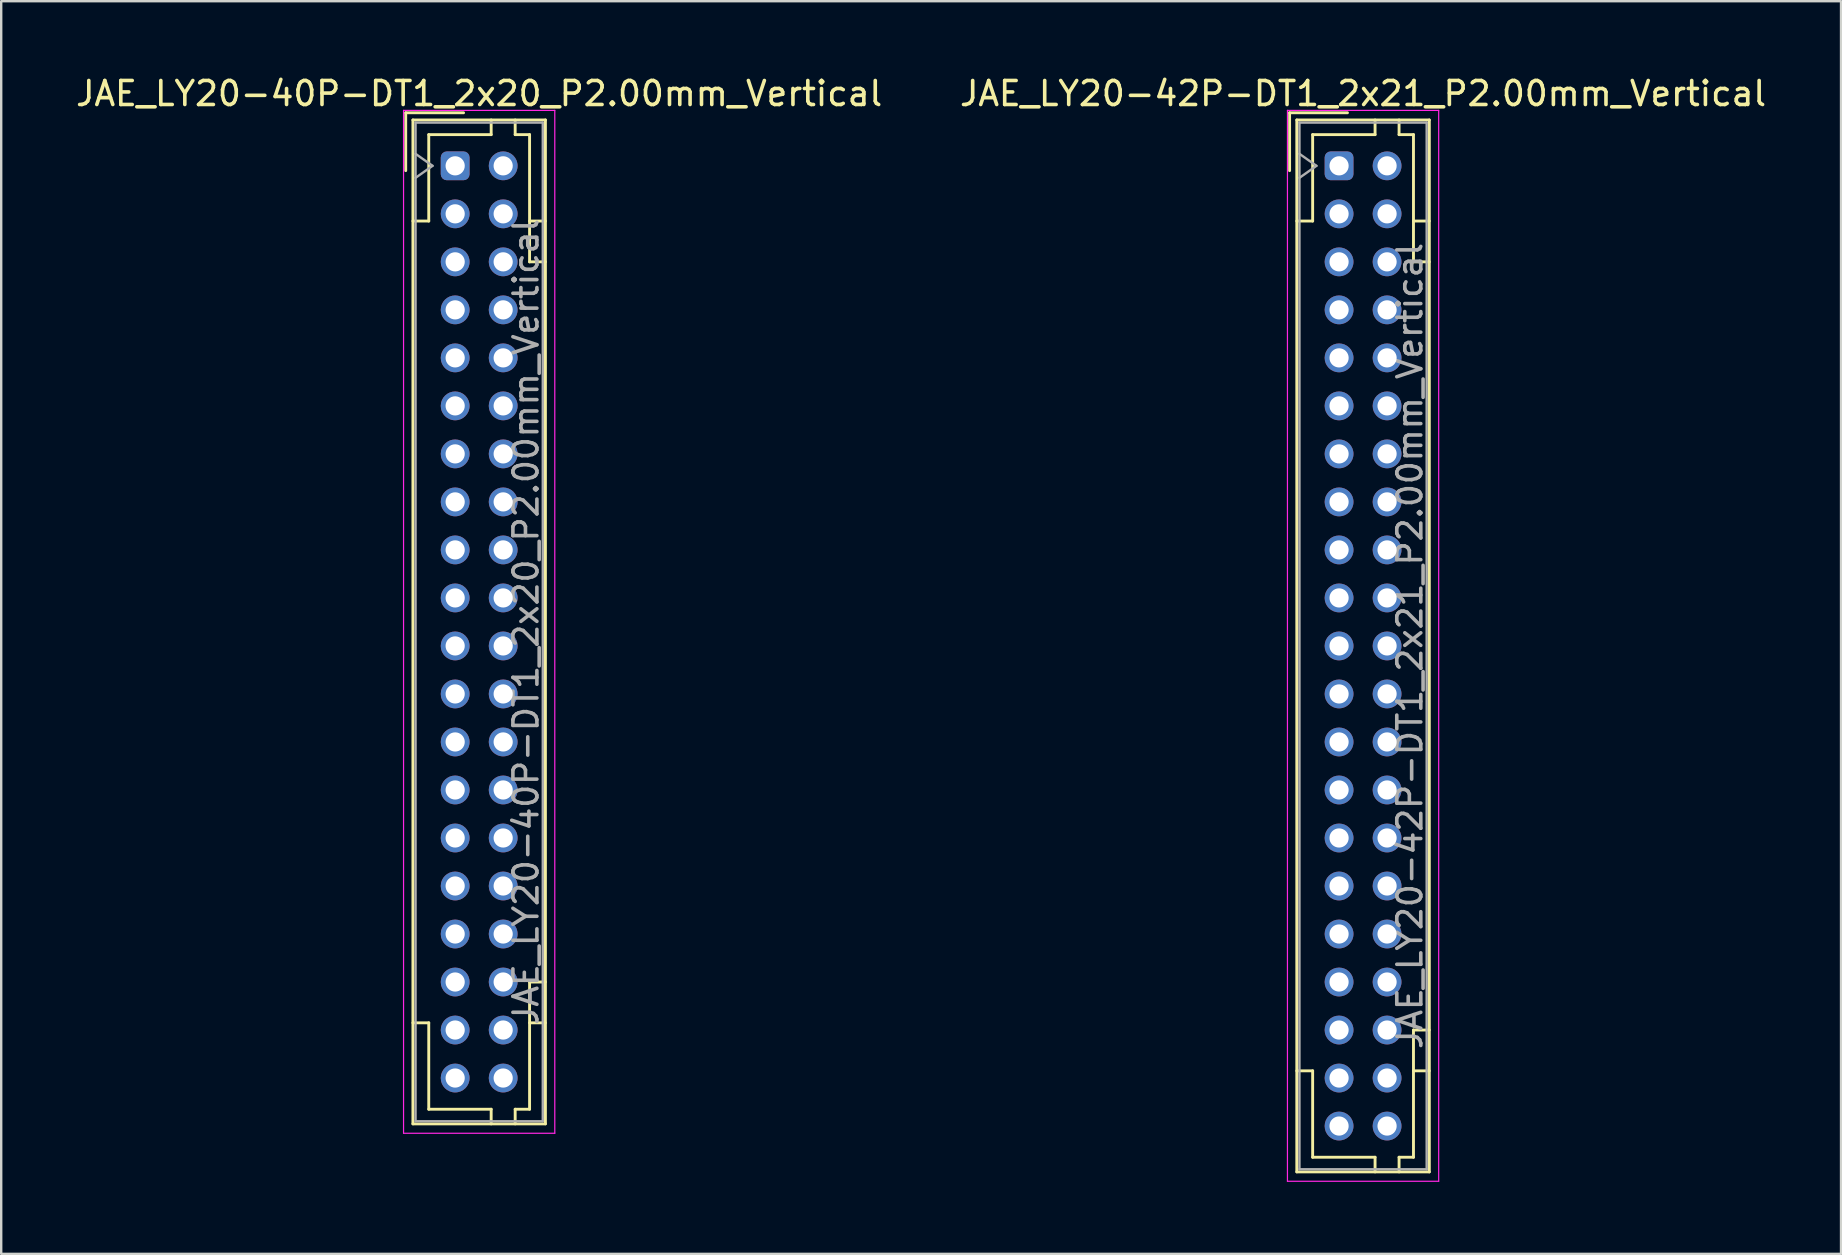
<source format=kicad_pcb>
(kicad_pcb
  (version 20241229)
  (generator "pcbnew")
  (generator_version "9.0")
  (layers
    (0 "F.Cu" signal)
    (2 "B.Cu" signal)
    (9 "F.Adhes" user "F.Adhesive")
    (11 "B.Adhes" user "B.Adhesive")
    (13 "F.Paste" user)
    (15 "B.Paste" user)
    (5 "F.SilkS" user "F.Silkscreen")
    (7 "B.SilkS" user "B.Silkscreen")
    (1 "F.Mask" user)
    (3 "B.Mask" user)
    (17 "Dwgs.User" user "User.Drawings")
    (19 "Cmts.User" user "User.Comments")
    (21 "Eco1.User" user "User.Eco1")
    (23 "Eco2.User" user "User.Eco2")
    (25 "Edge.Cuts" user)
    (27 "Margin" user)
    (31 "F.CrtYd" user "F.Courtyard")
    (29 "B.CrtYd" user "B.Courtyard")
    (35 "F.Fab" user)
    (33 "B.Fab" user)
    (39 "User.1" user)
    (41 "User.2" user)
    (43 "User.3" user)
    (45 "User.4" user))
  (footprint "JAE_LY20-42P-DT1_2x21_P2.00mm_Vertical"
    (layer "F.Cu")
    (at 52.732 3.858)
    (property "Reference" "JAE_LY20-42P-DT1_2x21_P2.00mm_Vertical" (at 1 -3.01 0) (layer "F.SilkS") (effects (font (size 1 1) (thickness 0.15))))
    (attr through_hole)
    (fp_line (start -2.06 -2.21) (end -2.06 0.2) (stroke (width 0.12) (type solid)) (layer "F.SilkS"))
    (fp_line (start -1.76 -1.91) (end -1.76 41.91) (stroke (width 0.12) (type solid)) (layer "F.SilkS"))
    (fp_line (start -1.76 41.91) (end 3.76 41.91) (stroke (width 0.12) (type solid)) (layer "F.SilkS"))
    (fp_line (start -1.1 -1.3) (end -1.1 2.3) (stroke (width 0.12) (type solid)) (layer "F.SilkS"))
    (fp_line (start -1.1 2.3) (end -1.76 2.3) (stroke (width 0.12) (type solid)) (layer "F.SilkS"))
    (fp_line (start -1.1 37.7) (end -1.76 37.7) (stroke (width 0.12) (type solid)) (layer "F.SilkS"))
    (fp_line (start -1.1 41.3) (end -1.1 37.7) (stroke (width 0.12) (type solid)) (layer "F.SilkS"))
    (fp_line (start 0.35 -2.21) (end -2.06 -2.21) (stroke (width 0.12) (type solid)) (layer "F.SilkS"))
    (fp_line (start 1.5 -1.91) (end 1.5 -1.3) (stroke (width 0.12) (type solid)) (layer "F.SilkS"))
    (fp_line (start 1.5 -1.3) (end -1.1 -1.3) (stroke (width 0.12) (type solid)) (layer "F.SilkS"))
    (fp_line (start 1.5 41.3) (end -1.1 41.3) (stroke (width 0.12) (type solid)) (layer "F.SilkS"))
    (fp_line (start 1.5 41.91) (end 1.5 41.3) (stroke (width 0.12) (type solid)) (layer "F.SilkS"))
    (fp_line (start 2.5 -1.91) (end 2.5 -1.3) (stroke (width 0.12) (type solid)) (layer "F.SilkS"))
    (fp_line (start 2.5 -1.3) (end 3.1 -1.3) (stroke (width 0.12) (type solid)) (layer "F.SilkS"))
    (fp_line (start 2.5 41.3) (end 3.1 41.3) (stroke (width 0.12) (type solid)) (layer "F.SilkS"))
    (fp_line (start 2.5 41.91) (end 2.5 41.3) (stroke (width 0.12) (type solid)) (layer "F.SilkS"))
    (fp_line (start 3.1 -1.3) (end 3.1 4) (stroke (width 0.12) (type solid)) (layer "F.SilkS"))
    (fp_line (start 3.1 4) (end 3.76 4) (stroke (width 0.12) (type solid)) (layer "F.SilkS"))
    (fp_line (start 3.1 36) (end 3.76 36) (stroke (width 0.12) (type solid)) (layer "F.SilkS"))
    (fp_line (start 3.1 41.3) (end 3.1 36) (stroke (width 0.12) (type solid)) (layer "F.SilkS"))
    (fp_line (start 3.76 -1.91) (end -1.76 -1.91) (stroke (width 0.12) (type solid)) (layer "F.SilkS"))
    (fp_line (start 3.76 2.3) (end 3.1 2.3) (stroke (width 0.12) (type solid)) (layer "F.SilkS"))
    (fp_line (start 3.76 37.7) (end 3.1 37.7) (stroke (width 0.12) (type solid)) (layer "F.SilkS"))
    (fp_line (start 3.76 41.91) (end 3.76 -1.91) (stroke (width 0.12) (type solid)) (layer "F.SilkS"))
    (fp_line (start -2.15 -2.31) (end -2.15 42.3) (stroke (width 0.05) (type solid)) (layer "F.CrtYd"))
    (fp_line (start -2.15 42.3) (end 4.15 42.3) (stroke (width 0.05) (type solid)) (layer "F.CrtYd"))
    (fp_line (start 4.15 -2.31) (end -2.15 -2.31) (stroke (width 0.05) (type solid)) (layer "F.CrtYd"))
    (fp_line (start 4.15 42.3) (end 4.15 -2.31) (stroke (width 0.05) (type solid)) (layer "F.CrtYd"))
    (fp_line (start -1.65 -1.8) (end -1.65 41.8) (stroke (width 0.1) (type solid)) (layer "F.Fab"))
    (fp_line (start -1.65 0.5) (end -0.943 0) (stroke (width 0.1) (type solid)) (layer "F.Fab"))
    (fp_line (start -1.65 41.8) (end 3.65 41.8) (stroke (width 0.1) (type solid)) (layer "F.Fab"))
    (fp_line (start -0.943 0) (end -1.65 -0.5) (stroke (width 0.1) (type solid)) (layer "F.Fab"))
    (fp_line (start 3.65 -1.8) (end -1.65 -1.8) (stroke (width 0.1) (type solid)) (layer "F.Fab"))
    (fp_line (start 3.65 41.8) (end 3.65 -1.8) (stroke (width 0.1) (type solid)) (layer "F.Fab"))
    (fp_text user "${REFERENCE}" (at 2.95 20 90) (layer "F.Fab") (effects (font (size 1 1) (thickness 0.15))))
    (pad "a1" thru_hole roundrect (at 0 0) (size 1.2 1.2) (drill 0.8) (layers "*.Cu" "*.Mask") (roundrect_rratio 0.208))
    (pad "a2" thru_hole circle (at 0 2) (size 1.2 1.2) (drill 0.8) (layers "*.Cu" "*.Mask"))
    (pad "a3" thru_hole circle (at 0 4) (size 1.2 1.2) (drill 0.8) (layers "*.Cu" "*.Mask"))
    (pad "a4" thru_hole circle (at 0 6) (size 1.2 1.2) (drill 0.8) (layers "*.Cu" "*.Mask"))
    (pad "a5" thru_hole circle (at 0 8) (size 1.2 1.2) (drill 0.8) (layers "*.Cu" "*.Mask"))
    (pad "a6" thru_hole circle (at 0 10) (size 1.2 1.2) (drill 0.8) (layers "*.Cu" "*.Mask"))
    (pad "a7" thru_hole circle (at 0 12) (size 1.2 1.2) (drill 0.8) (layers "*.Cu" "*.Mask"))
    (pad "a8" thru_hole circle (at 0 14) (size 1.2 1.2) (drill 0.8) (layers "*.Cu" "*.Mask"))
    (pad "a9" thru_hole circle (at 0 16) (size 1.2 1.2) (drill 0.8) (layers "*.Cu" "*.Mask"))
    (pad "a10" thru_hole circle (at 0 18) (size 1.2 1.2) (drill 0.8) (layers "*.Cu" "*.Mask"))
    (pad "a11" thru_hole circle (at 0 20) (size 1.2 1.2) (drill 0.8) (layers "*.Cu" "*.Mask"))
    (pad "a12" thru_hole circle (at 0 22) (size 1.2 1.2) (drill 0.8) (layers "*.Cu" "*.Mask"))
    (pad "a13" thru_hole circle (at 0 24) (size 1.2 1.2) (drill 0.8) (layers "*.Cu" "*.Mask"))
    (pad "a14" thru_hole circle (at 0 26) (size 1.2 1.2) (drill 0.8) (layers "*.Cu" "*.Mask"))
    (pad "a15" thru_hole circle (at 0 28) (size 1.2 1.2) (drill 0.8) (layers "*.Cu" "*.Mask"))
    (pad "a16" thru_hole circle (at 0 30) (size 1.2 1.2) (drill 0.8) (layers "*.Cu" "*.Mask"))
    (pad "a17" thru_hole circle (at 0 32) (size 1.2 1.2) (drill 0.8) (layers "*.Cu" "*.Mask"))
    (pad "a18" thru_hole circle (at 0 34) (size 1.2 1.2) (drill 0.8) (layers "*.Cu" "*.Mask"))
    (pad "a19" thru_hole circle (at 0 36) (size 1.2 1.2) (drill 0.8) (layers "*.Cu" "*.Mask"))
    (pad "a20" thru_hole circle (at 0 38) (size 1.2 1.2) (drill 0.8) (layers "*.Cu" "*.Mask"))
    (pad "a21" thru_hole circle (at 0 40) (size 1.2 1.2) (drill 0.8) (layers "*.Cu" "*.Mask"))
    (pad "b1" thru_hole circle (at 2 0) (size 1.2 1.2) (drill 0.8) (layers "*.Cu" "*.Mask"))
    (pad "b2" thru_hole circle (at 2 2) (size 1.2 1.2) (drill 0.8) (layers "*.Cu" "*.Mask"))
    (pad "b3" thru_hole circle (at 2 4) (size 1.2 1.2) (drill 0.8) (layers "*.Cu" "*.Mask"))
    (pad "b4" thru_hole circle (at 2 6) (size 1.2 1.2) (drill 0.8) (layers "*.Cu" "*.Mask"))
    (pad "b5" thru_hole circle (at 2 8) (size 1.2 1.2) (drill 0.8) (layers "*.Cu" "*.Mask"))
    (pad "b6" thru_hole circle (at 2 10) (size 1.2 1.2) (drill 0.8) (layers "*.Cu" "*.Mask"))
    (pad "b7" thru_hole circle (at 2 12) (size 1.2 1.2) (drill 0.8) (layers "*.Cu" "*.Mask"))
    (pad "b8" thru_hole circle (at 2 14) (size 1.2 1.2) (drill 0.8) (layers "*.Cu" "*.Mask"))
    (pad "b9" thru_hole circle (at 2 16) (size 1.2 1.2) (drill 0.8) (layers "*.Cu" "*.Mask"))
    (pad "b10" thru_hole circle (at 2 18) (size 1.2 1.2) (drill 0.8) (layers "*.Cu" "*.Mask"))
    (pad "b11" thru_hole circle (at 2 20) (size 1.2 1.2) (drill 0.8) (layers "*.Cu" "*.Mask"))
    (pad "b12" thru_hole circle (at 2 22) (size 1.2 1.2) (drill 0.8) (layers "*.Cu" "*.Mask"))
    (pad "b13" thru_hole circle (at 2 24) (size 1.2 1.2) (drill 0.8) (layers "*.Cu" "*.Mask"))
    (pad "b14" thru_hole circle (at 2 26) (size 1.2 1.2) (drill 0.8) (layers "*.Cu" "*.Mask"))
    (pad "b15" thru_hole circle (at 2 28) (size 1.2 1.2) (drill 0.8) (layers "*.Cu" "*.Mask"))
    (pad "b16" thru_hole circle (at 2 30) (size 1.2 1.2) (drill 0.8) (layers "*.Cu" "*.Mask"))
    (pad "b17" thru_hole circle (at 2 32) (size 1.2 1.2) (drill 0.8) (layers "*.Cu" "*.Mask"))
    (pad "b18" thru_hole circle (at 2 34) (size 1.2 1.2) (drill 0.8) (layers "*.Cu" "*.Mask"))
    (pad "b19" thru_hole circle (at 2 36) (size 1.2 1.2) (drill 0.8) (layers "*.Cu" "*.Mask"))
    (pad "b20" thru_hole circle (at 2 38) (size 1.2 1.2) (drill 0.8) (layers "*.Cu" "*.Mask"))
    (pad "b21" thru_hole circle (at 2 40) (size 1.2 1.2) (drill 0.8) (layers "*.Cu" "*.Mask")))
  (footprint "JAE_LY20-40P-DT1_2x20_P2.00mm_Vertical"
    (layer "F.Cu")
    (at 15.911 3.858)
    (property "Reference" "JAE_LY20-40P-DT1_2x20_P2.00mm_Vertical" (at 1 -3.01 0) (layer "F.SilkS") (effects (font (size 1 1) (thickness 0.15))))
    (attr through_hole)
    (fp_line (start -2.06 -2.21) (end -2.06 0.2) (stroke (width 0.12) (type solid)) (layer "F.SilkS"))
    (fp_line (start -1.76 -1.91) (end -1.76 39.91) (stroke (width 0.12) (type solid)) (layer "F.SilkS"))
    (fp_line (start -1.76 39.91) (end 3.76 39.91) (stroke (width 0.12) (type solid)) (layer "F.SilkS"))
    (fp_line (start -1.1 -1.3) (end -1.1 2.3) (stroke (width 0.12) (type solid)) (layer "F.SilkS"))
    (fp_line (start -1.1 2.3) (end -1.76 2.3) (stroke (width 0.12) (type solid)) (layer "F.SilkS"))
    (fp_line (start -1.1 35.7) (end -1.76 35.7) (stroke (width 0.12) (type solid)) (layer "F.SilkS"))
    (fp_line (start -1.1 39.3) (end -1.1 35.7) (stroke (width 0.12) (type solid)) (layer "F.SilkS"))
    (fp_line (start 0.35 -2.21) (end -2.06 -2.21) (stroke (width 0.12) (type solid)) (layer "F.SilkS"))
    (fp_line (start 1.5 -1.91) (end 1.5 -1.3) (stroke (width 0.12) (type solid)) (layer "F.SilkS"))
    (fp_line (start 1.5 -1.3) (end -1.1 -1.3) (stroke (width 0.12) (type solid)) (layer "F.SilkS"))
    (fp_line (start 1.5 39.3) (end -1.1 39.3) (stroke (width 0.12) (type solid)) (layer "F.SilkS"))
    (fp_line (start 1.5 39.91) (end 1.5 39.3) (stroke (width 0.12) (type solid)) (layer "F.SilkS"))
    (fp_line (start 2.5 -1.91) (end 2.5 -1.3) (stroke (width 0.12) (type solid)) (layer "F.SilkS"))
    (fp_line (start 2.5 -1.3) (end 3.1 -1.3) (stroke (width 0.12) (type solid)) (layer "F.SilkS"))
    (fp_line (start 2.5 39.3) (end 3.1 39.3) (stroke (width 0.12) (type solid)) (layer "F.SilkS"))
    (fp_line (start 2.5 39.91) (end 2.5 39.3) (stroke (width 0.12) (type solid)) (layer "F.SilkS"))
    (fp_line (start 3.1 -1.3) (end 3.1 4) (stroke (width 0.12) (type solid)) (layer "F.SilkS"))
    (fp_line (start 3.1 4) (end 3.76 4) (stroke (width 0.12) (type solid)) (layer "F.SilkS"))
    (fp_line (start 3.1 34) (end 3.76 34) (stroke (width 0.12) (type solid)) (layer "F.SilkS"))
    (fp_line (start 3.1 39.3) (end 3.1 34) (stroke (width 0.12) (type solid)) (layer "F.SilkS"))
    (fp_line (start 3.76 -1.91) (end -1.76 -1.91) (stroke (width 0.12) (type solid)) (layer "F.SilkS"))
    (fp_line (start 3.76 2.3) (end 3.1 2.3) (stroke (width 0.12) (type solid)) (layer "F.SilkS"))
    (fp_line (start 3.76 35.7) (end 3.1 35.7) (stroke (width 0.12) (type solid)) (layer "F.SilkS"))
    (fp_line (start 3.76 39.91) (end 3.76 -1.91) (stroke (width 0.12) (type solid)) (layer "F.SilkS"))
    (fp_line (start -2.15 -2.31) (end -2.15 40.3) (stroke (width 0.05) (type solid)) (layer "F.CrtYd"))
    (fp_line (start -2.15 40.3) (end 4.15 40.3) (stroke (width 0.05) (type solid)) (layer "F.CrtYd"))
    (fp_line (start 4.15 -2.31) (end -2.15 -2.31) (stroke (width 0.05) (type solid)) (layer "F.CrtYd"))
    (fp_line (start 4.15 40.3) (end 4.15 -2.31) (stroke (width 0.05) (type solid)) (layer "F.CrtYd"))
    (fp_line (start -1.65 -1.8) (end -1.65 39.8) (stroke (width 0.1) (type solid)) (layer "F.Fab"))
    (fp_line (start -1.65 0.5) (end -0.943 0) (stroke (width 0.1) (type solid)) (layer "F.Fab"))
    (fp_line (start -1.65 39.8) (end 3.65 39.8) (stroke (width 0.1) (type solid)) (layer "F.Fab"))
    (fp_line (start -0.943 0) (end -1.65 -0.5) (stroke (width 0.1) (type solid)) (layer "F.Fab"))
    (fp_line (start 3.65 -1.8) (end -1.65 -1.8) (stroke (width 0.1) (type solid)) (layer "F.Fab"))
    (fp_line (start 3.65 39.8) (end 3.65 -1.8) (stroke (width 0.1) (type solid)) (layer "F.Fab"))
    (fp_text user "${REFERENCE}" (at 2.95 19 90) (layer "F.Fab") (effects (font (size 1 1) (thickness 0.15))))
    (pad "a1" thru_hole roundrect (at 0 0) (size 1.2 1.2) (drill 0.8) (layers "*.Cu" "*.Mask") (roundrect_rratio 0.208))
    (pad "a2" thru_hole circle (at 0 2) (size 1.2 1.2) (drill 0.8) (layers "*.Cu" "*.Mask"))
    (pad "a3" thru_hole circle (at 0 4) (size 1.2 1.2) (drill 0.8) (layers "*.Cu" "*.Mask"))
    (pad "a4" thru_hole circle (at 0 6) (size 1.2 1.2) (drill 0.8) (layers "*.Cu" "*.Mask"))
    (pad "a5" thru_hole circle (at 0 8) (size 1.2 1.2) (drill 0.8) (layers "*.Cu" "*.Mask"))
    (pad "a6" thru_hole circle (at 0 10) (size 1.2 1.2) (drill 0.8) (layers "*.Cu" "*.Mask"))
    (pad "a7" thru_hole circle (at 0 12) (size 1.2 1.2) (drill 0.8) (layers "*.Cu" "*.Mask"))
    (pad "a8" thru_hole circle (at 0 14) (size 1.2 1.2) (drill 0.8) (layers "*.Cu" "*.Mask"))
    (pad "a9" thru_hole circle (at 0 16) (size 1.2 1.2) (drill 0.8) (layers "*.Cu" "*.Mask"))
    (pad "a10" thru_hole circle (at 0 18) (size 1.2 1.2) (drill 0.8) (layers "*.Cu" "*.Mask"))
    (pad "a11" thru_hole circle (at 0 20) (size 1.2 1.2) (drill 0.8) (layers "*.Cu" "*.Mask"))
    (pad "a12" thru_hole circle (at 0 22) (size 1.2 1.2) (drill 0.8) (layers "*.Cu" "*.Mask"))
    (pad "a13" thru_hole circle (at 0 24) (size 1.2 1.2) (drill 0.8) (layers "*.Cu" "*.Mask"))
    (pad "a14" thru_hole circle (at 0 26) (size 1.2 1.2) (drill 0.8) (layers "*.Cu" "*.Mask"))
    (pad "a15" thru_hole circle (at 0 28) (size 1.2 1.2) (drill 0.8) (layers "*.Cu" "*.Mask"))
    (pad "a16" thru_hole circle (at 0 30) (size 1.2 1.2) (drill 0.8) (layers "*.Cu" "*.Mask"))
    (pad "a17" thru_hole circle (at 0 32) (size 1.2 1.2) (drill 0.8) (layers "*.Cu" "*.Mask"))
    (pad "a18" thru_hole circle (at 0 34) (size 1.2 1.2) (drill 0.8) (layers "*.Cu" "*.Mask"))
    (pad "a19" thru_hole circle (at 0 36) (size 1.2 1.2) (drill 0.8) (layers "*.Cu" "*.Mask"))
    (pad "a20" thru_hole circle (at 0 38) (size 1.2 1.2) (drill 0.8) (layers "*.Cu" "*.Mask"))
    (pad "b1" thru_hole circle (at 2 0) (size 1.2 1.2) (drill 0.8) (layers "*.Cu" "*.Mask"))
    (pad "b2" thru_hole circle (at 2 2) (size 1.2 1.2) (drill 0.8) (layers "*.Cu" "*.Mask"))
    (pad "b3" thru_hole circle (at 2 4) (size 1.2 1.2) (drill 0.8) (layers "*.Cu" "*.Mask"))
    (pad "b4" thru_hole circle (at 2 6) (size 1.2 1.2) (drill 0.8) (layers "*.Cu" "*.Mask"))
    (pad "b5" thru_hole circle (at 2 8) (size 1.2 1.2) (drill 0.8) (layers "*.Cu" "*.Mask"))
    (pad "b6" thru_hole circle (at 2 10) (size 1.2 1.2) (drill 0.8) (layers "*.Cu" "*.Mask"))
    (pad "b7" thru_hole circle (at 2 12) (size 1.2 1.2) (drill 0.8) (layers "*.Cu" "*.Mask"))
    (pad "b8" thru_hole circle (at 2 14) (size 1.2 1.2) (drill 0.8) (layers "*.Cu" "*.Mask"))
    (pad "b9" thru_hole circle (at 2 16) (size 1.2 1.2) (drill 0.8) (layers "*.Cu" "*.Mask"))
    (pad "b10" thru_hole circle (at 2 18) (size 1.2 1.2) (drill 0.8) (layers "*.Cu" "*.Mask"))
    (pad "b11" thru_hole circle (at 2 20) (size 1.2 1.2) (drill 0.8) (layers "*.Cu" "*.Mask"))
    (pad "b12" thru_hole circle (at 2 22) (size 1.2 1.2) (drill 0.8) (layers "*.Cu" "*.Mask"))
    (pad "b13" thru_hole circle (at 2 24) (size 1.2 1.2) (drill 0.8) (layers "*.Cu" "*.Mask"))
    (pad "b14" thru_hole circle (at 2 26) (size 1.2 1.2) (drill 0.8) (layers "*.Cu" "*.Mask"))
    (pad "b15" thru_hole circle (at 2 28) (size 1.2 1.2) (drill 0.8) (layers "*.Cu" "*.Mask"))
    (pad "b16" thru_hole circle (at 2 30) (size 1.2 1.2) (drill 0.8) (layers "*.Cu" "*.Mask"))
    (pad "b17" thru_hole circle (at 2 32) (size 1.2 1.2) (drill 0.8) (layers "*.Cu" "*.Mask"))
    (pad "b18" thru_hole circle (at 2 34) (size 1.2 1.2) (drill 0.8) (layers "*.Cu" "*.Mask"))
    (pad "b19" thru_hole circle (at 2 36) (size 1.2 1.2) (drill 0.8) (layers "*.Cu" "*.Mask"))
    (pad "b20" thru_hole circle (at 2 38) (size 1.2 1.2) (drill 0.8) (layers "*.Cu" "*.Mask")))
  (gr_rect
    (start -3 -3)
    (end 73.643 49.183)
    (stroke (width 0.1) (type default))
    (fill no)
    (layer "Edge.Cuts")))
</source>
